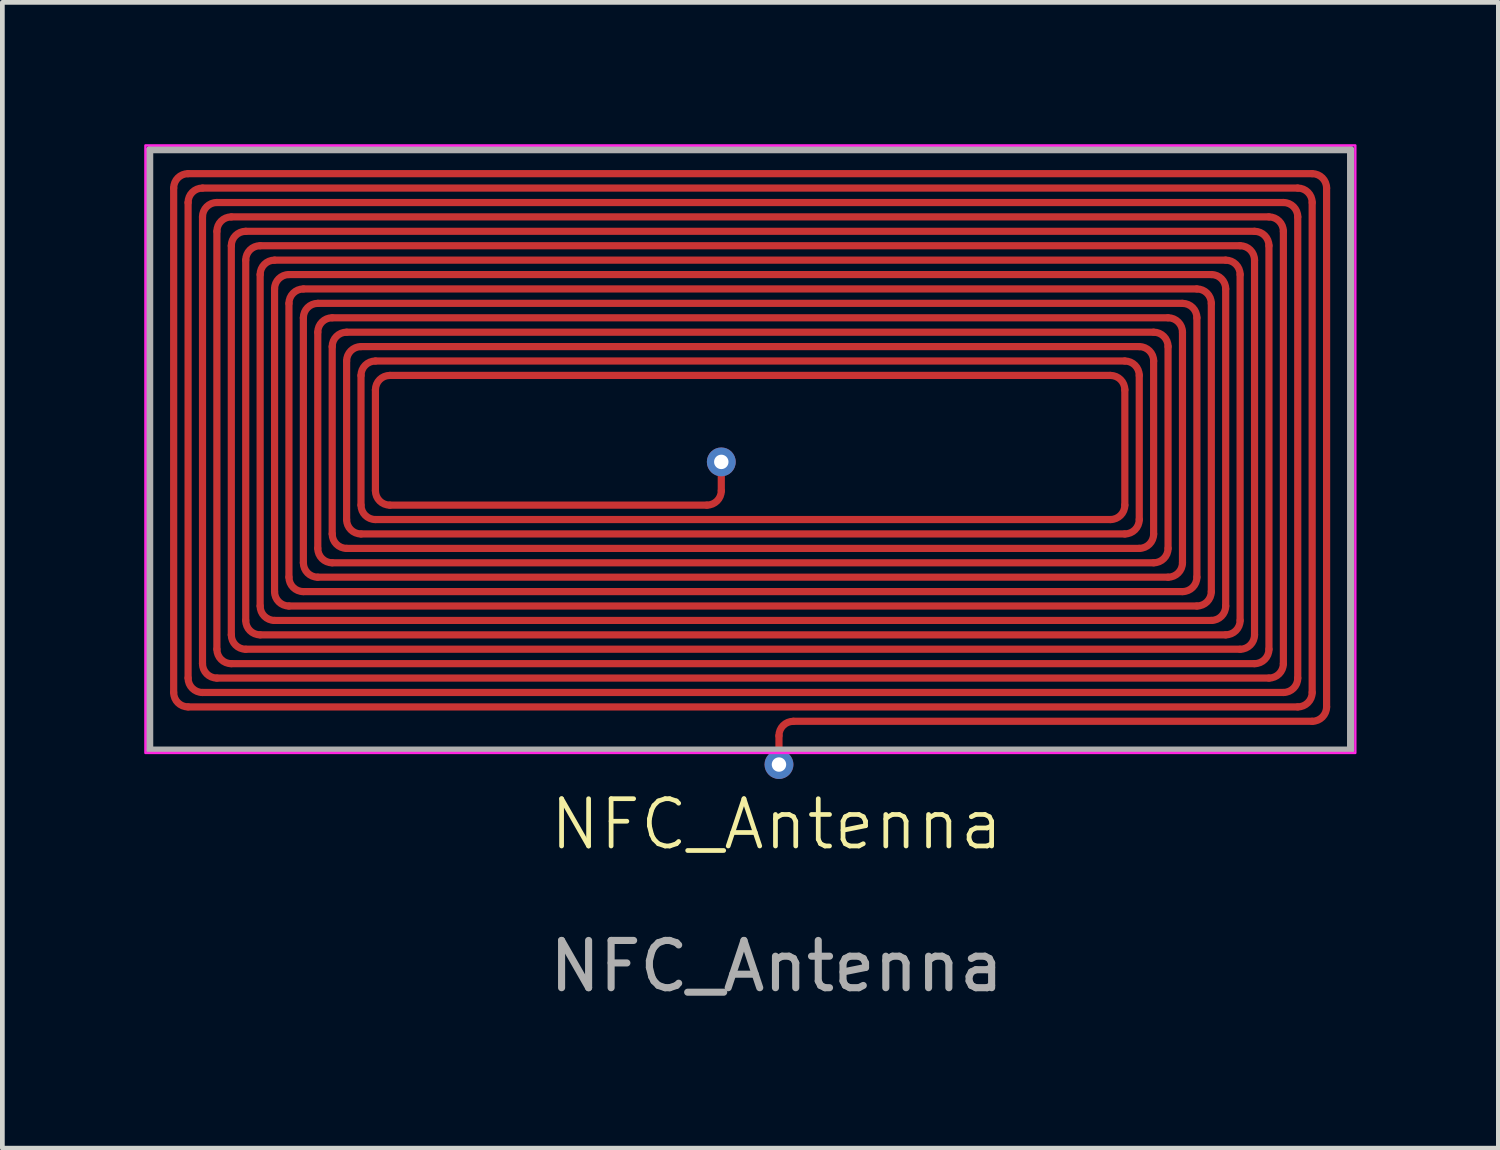
<source format=kicad_pcb>
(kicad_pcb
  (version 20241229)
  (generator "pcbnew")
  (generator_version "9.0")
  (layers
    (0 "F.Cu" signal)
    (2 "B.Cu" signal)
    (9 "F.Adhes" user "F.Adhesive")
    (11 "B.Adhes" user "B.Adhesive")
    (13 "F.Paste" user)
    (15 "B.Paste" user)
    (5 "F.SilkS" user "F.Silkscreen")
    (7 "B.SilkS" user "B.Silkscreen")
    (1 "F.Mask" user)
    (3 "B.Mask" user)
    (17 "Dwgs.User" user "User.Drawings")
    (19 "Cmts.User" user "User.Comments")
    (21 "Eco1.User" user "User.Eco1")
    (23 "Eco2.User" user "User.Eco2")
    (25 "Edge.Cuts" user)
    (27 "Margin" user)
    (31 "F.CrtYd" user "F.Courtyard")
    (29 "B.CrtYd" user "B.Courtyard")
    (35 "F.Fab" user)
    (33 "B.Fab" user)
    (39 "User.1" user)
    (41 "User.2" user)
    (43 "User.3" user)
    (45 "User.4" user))
  (footprint "NFC_Antenna"
    (layer "F.Cu")
    (at 13.375 14.885)
    (property "Reference" "NFC_Antenna" (at 0 -0.5 0) (unlocked yes) (layer "F.SilkS") (effects (font (size 1 1) (thickness 0.1))))
    (fp_line (start -12.752 -3.289) (end -12.752 -13.957) (stroke (width 0.152) (type solid)) (layer "F.Cu"))
    (fp_line (start -12.447 -14.262) (end 11.327 -14.262) (stroke (width 0.152) (type solid)) (layer "F.Cu"))
    (fp_line (start -12.447 -3.594) (end -12.447 -13.652) (stroke (width 0.152) (type solid)) (layer "F.Cu"))
    (fp_line (start -12.142 -13.957) (end 11.022 -13.957) (stroke (width 0.152) (type solid)) (layer "F.Cu"))
    (fp_line (start -12.142 -13.348) (end -12.142 -3.899) (stroke (width 0.152) (type solid)) (layer "F.Cu"))
    (fp_line (start -12.142 -3.289) (end 10.718 -3.289) (stroke (width 0.152) (type solid)) (layer "F.Cu"))
    (fp_line (start -11.838 -13.043) (end -11.838 -4.204) (stroke (width 0.152) (type solid)) (layer "F.Cu"))
    (fp_line (start -11.838 -3.594) (end 10.413 -3.594) (stroke (width 0.152) (type solid)) (layer "F.Cu"))
    (fp_line (start -11.533 -12.738) (end -11.533 -4.508) (stroke (width 0.152) (type solid)) (layer "F.Cu"))
    (fp_line (start -11.533 -3.899) (end 10.108 -3.899) (stroke (width 0.152) (type solid)) (layer "F.Cu"))
    (fp_line (start -11.228 -12.433) (end -11.228 -4.813) (stroke (width 0.152) (type solid)) (layer "F.Cu"))
    (fp_line (start -11.228 -4.204) (end 9.803 -4.204) (stroke (width 0.152) (type solid)) (layer "F.Cu"))
    (fp_line (start -10.923 -12.128) (end -10.923 -5.118) (stroke (width 0.152) (type solid)) (layer "F.Cu"))
    (fp_line (start -10.923 -4.508) (end 9.498 -4.508) (stroke (width 0.152) (type solid)) (layer "F.Cu"))
    (fp_line (start -10.618 -11.824) (end -10.618 -5.423) (stroke (width 0.152) (type solid)) (layer "F.Cu"))
    (fp_line (start -10.618 -4.813) (end 9.194 -4.813) (stroke (width 0.152) (type solid)) (layer "F.Cu"))
    (fp_line (start -10.314 -11.519) (end -10.314 -5.728) (stroke (width 0.152) (type solid)) (layer "F.Cu"))
    (fp_line (start -10.314 -5.118) (end 8.889 -5.118) (stroke (width 0.152) (type solid)) (layer "F.Cu"))
    (fp_line (start -10.009 -11.214) (end -10.009 -6.032) (stroke (width 0.152) (type solid)) (layer "F.Cu"))
    (fp_line (start -10.009 -5.423) (end 8.584 -5.423) (stroke (width 0.152) (type solid)) (layer "F.Cu"))
    (fp_line (start -9.704 -10.909) (end -9.704 -6.337) (stroke (width 0.152) (type solid)) (layer "F.Cu"))
    (fp_line (start -9.704 -5.728) (end 8.279 -5.728) (stroke (width 0.152) (type solid)) (layer "F.Cu"))
    (fp_line (start -9.399 -10.604) (end -9.399 -6.642) (stroke (width 0.152) (type solid)) (layer "F.Cu"))
    (fp_line (start -9.399 -6.032) (end 7.974 -6.032) (stroke (width 0.152) (type solid)) (layer "F.Cu"))
    (fp_line (start -9.094 -10.3) (end -9.094 -6.947) (stroke (width 0.152) (type solid)) (layer "F.Cu"))
    (fp_line (start -9.094 -6.337) (end 7.67 -6.337) (stroke (width 0.152) (type solid)) (layer "F.Cu"))
    (fp_line (start -8.79 -9.995) (end -8.79 -7.252) (stroke (width 0.152) (type solid)) (layer "F.Cu"))
    (fp_line (start -8.79 -6.642) (end 7.365 -6.642) (stroke (width 0.152) (type solid)) (layer "F.Cu"))
    (fp_line (start -8.485 -9.69) (end -8.485 -7.556) (stroke (width 0.152) (type solid)) (layer "F.Cu"))
    (fp_line (start -8.485 -6.947) (end 7.06 -6.947) (stroke (width 0.152) (type solid)) (layer "F.Cu"))
    (fp_line (start -8.18 -7.252) (end -1.474 -7.252) (stroke (width 0.152) (type solid)) (layer "F.Cu"))
    (fp_line (start -1.17 -7.556) (end -1.17 -8.166) (stroke (width 0.152) (type solid)) (layer "F.Cu"))
    (fp_line (start 0.05 -1.765) (end 0.05 -2.375) (stroke (width 0.152) (type solid)) (layer "F.Cu"))
    (fp_line (start 7.06 -9.995) (end -8.18 -9.995) (stroke (width 0.152) (type solid)) (layer "F.Cu"))
    (fp_line (start 7.365 -10.3) (end -8.485 -10.3) (stroke (width 0.152) (type solid)) (layer "F.Cu"))
    (fp_line (start 7.365 -7.252) (end 7.365 -9.69) (stroke (width 0.152) (type solid)) (layer "F.Cu"))
    (fp_line (start 7.67 -10.604) (end -8.79 -10.604) (stroke (width 0.152) (type solid)) (layer "F.Cu"))
    (fp_line (start 7.67 -6.947) (end 7.67 -9.995) (stroke (width 0.152) (type solid)) (layer "F.Cu"))
    (fp_line (start 7.974 -10.909) (end -9.094 -10.909) (stroke (width 0.152) (type solid)) (layer "F.Cu"))
    (fp_line (start 7.974 -6.642) (end 7.974 -10.3) (stroke (width 0.152) (type solid)) (layer "F.Cu"))
    (fp_line (start 8.279 -11.214) (end -9.399 -11.214) (stroke (width 0.152) (type solid)) (layer "F.Cu"))
    (fp_line (start 8.279 -6.337) (end 8.279 -10.604) (stroke (width 0.152) (type solid)) (layer "F.Cu"))
    (fp_line (start 8.584 -11.519) (end -9.704 -11.519) (stroke (width 0.152) (type solid)) (layer "F.Cu"))
    (fp_line (start 8.584 -6.032) (end 8.584 -10.909) (stroke (width 0.152) (type solid)) (layer "F.Cu"))
    (fp_line (start 8.889 -11.824) (end -10.009 -11.824) (stroke (width 0.152) (type solid)) (layer "F.Cu"))
    (fp_line (start 8.889 -5.728) (end 8.889 -11.214) (stroke (width 0.152) (type solid)) (layer "F.Cu"))
    (fp_line (start 9.194 -12.128) (end -10.314 -12.128) (stroke (width 0.152) (type solid)) (layer "F.Cu"))
    (fp_line (start 9.194 -5.423) (end 9.194 -11.519) (stroke (width 0.152) (type solid)) (layer "F.Cu"))
    (fp_line (start 9.498 -12.433) (end -10.618 -12.433) (stroke (width 0.152) (type solid)) (layer "F.Cu"))
    (fp_line (start 9.498 -5.118) (end 9.498 -11.824) (stroke (width 0.152) (type solid)) (layer "F.Cu"))
    (fp_line (start 9.803 -12.738) (end -10.923 -12.738) (stroke (width 0.152) (type solid)) (layer "F.Cu"))
    (fp_line (start 9.803 -4.813) (end 9.803 -12.128) (stroke (width 0.152) (type solid)) (layer "F.Cu"))
    (fp_line (start 10.108 -13.043) (end -11.228 -13.043) (stroke (width 0.152) (type solid)) (layer "F.Cu"))
    (fp_line (start 10.108 -4.508) (end 10.108 -12.433) (stroke (width 0.152) (type solid)) (layer "F.Cu"))
    (fp_line (start 10.413 -13.348) (end -11.533 -13.348) (stroke (width 0.152) (type solid)) (layer "F.Cu"))
    (fp_line (start 10.413 -4.204) (end 10.413 -12.738) (stroke (width 0.152) (type solid)) (layer "F.Cu"))
    (fp_line (start 10.718 -13.652) (end -11.838 -13.652) (stroke (width 0.152) (type solid)) (layer "F.Cu"))
    (fp_line (start 10.718 -3.899) (end 10.718 -13.043) (stroke (width 0.152) (type solid)) (layer "F.Cu"))
    (fp_line (start 11.022 -3.594) (end 11.022 -13.348) (stroke (width 0.152) (type solid)) (layer "F.Cu"))
    (fp_line (start 11.022 -2.984) (end -12.447 -2.984) (stroke (width 0.152) (type solid)) (layer "F.Cu"))
    (fp_line (start 11.327 -13.652) (end 11.327 -3.289) (stroke (width 0.152) (type solid)) (layer "F.Cu"))
    (fp_line (start 11.327 -2.68) (end 0.354 -2.68) (stroke (width 0.152) (type solid)) (layer "F.Cu"))
    (fp_line (start 11.632 -13.957) (end 11.632 -2.984) (stroke (width 0.152) (type solid)) (layer "F.Cu"))
    (fp_arc (start -12.752 -13.9572) (mid -12.662726 -14.172726) (end -12.4472 -14.262) (stroke (width 0.1524) (type solid)) (layer "F.Cu"))
    (fp_arc (start -12.4472 -13.6524) (mid -12.357926 -13.867926) (end -12.1424 -13.9572) (stroke (width 0.1524) (type solid)) (layer "F.Cu"))
    (fp_arc (start -12.4472 -2.9844) (mid -12.662726 -3.073674) (end -12.752 -3.2892) (stroke (width 0.1524) (type solid)) (layer "F.Cu"))
    (fp_arc (start -12.1424 -13.3476) (mid -12.053126 -13.563126) (end -11.8376 -13.6524) (stroke (width 0.1524) (type solid)) (layer "F.Cu"))
    (fp_arc (start -12.1424 -3.2892) (mid -12.357926 -3.378474) (end -12.4472 -3.594) (stroke (width 0.1524) (type solid)) (layer "F.Cu"))
    (fp_arc (start -11.8376 -13.0428) (mid -11.748326 -13.258326) (end -11.5328 -13.3476) (stroke (width 0.1524) (type solid)) (layer "F.Cu"))
    (fp_arc (start -11.8376 -3.594) (mid -12.053126 -3.683274) (end -12.1424 -3.8988) (stroke (width 0.1524) (type solid)) (layer "F.Cu"))
    (fp_arc (start -11.5328 -12.738) (mid -11.443526 -12.953526) (end -11.228 -13.0428) (stroke (width 0.1524) (type solid)) (layer "F.Cu"))
    (fp_arc (start -11.5328 -3.8988) (mid -11.748326 -3.988074) (end -11.8376 -4.2036) (stroke (width 0.1524) (type solid)) (layer "F.Cu"))
    (fp_arc (start -11.228 -12.4332) (mid -11.138726 -12.648726) (end -10.9232 -12.738) (stroke (width 0.1524) (type solid)) (layer "F.Cu"))
    (fp_arc (start -11.228 -4.2036) (mid -11.443526 -4.292874) (end -11.5328 -4.5084) (stroke (width 0.1524) (type solid)) (layer "F.Cu"))
    (fp_arc (start -10.9232 -12.1284) (mid -10.833926 -12.343926) (end -10.6184 -12.4332) (stroke (width 0.1524) (type solid)) (layer "F.Cu"))
    (fp_arc (start -10.9232 -4.5084) (mid -11.138726 -4.597674) (end -11.228 -4.8132) (stroke (width 0.1524) (type solid)) (layer "F.Cu"))
    (fp_arc (start -10.6184 -11.8236) (mid -10.529126 -12.039126) (end -10.3136 -12.1284) (stroke (width 0.1524) (type solid)) (layer "F.Cu"))
    (fp_arc (start -10.6184 -4.8132) (mid -10.833926 -4.902474) (end -10.9232 -5.118) (stroke (width 0.1524) (type solid)) (layer "F.Cu"))
    (fp_arc (start -10.3136 -11.5188) (mid -10.224326 -11.734326) (end -10.0088 -11.8236) (stroke (width 0.1524) (type solid)) (layer "F.Cu"))
    (fp_arc (start -10.3136 -5.118) (mid -10.529126 -5.207274) (end -10.6184 -5.4228) (stroke (width 0.1524) (type solid)) (layer "F.Cu"))
    (fp_arc (start -10.0088 -11.214) (mid -9.919526 -11.429526) (end -9.704 -11.5188) (stroke (width 0.1524) (type solid)) (layer "F.Cu"))
    (fp_arc (start -10.0088 -5.4228) (mid -10.224326 -5.512074) (end -10.3136 -5.7276) (stroke (width 0.1524) (type solid)) (layer "F.Cu"))
    (fp_arc (start -9.704 -10.9092) (mid -9.614726 -11.124726) (end -9.3992 -11.214) (stroke (width 0.1524) (type solid)) (layer "F.Cu"))
    (fp_arc (start -9.704 -5.7276) (mid -9.919526 -5.816874) (end -10.0088 -6.0324) (stroke (width 0.1524) (type solid)) (layer "F.Cu"))
    (fp_arc (start -9.3992 -10.6044) (mid -9.309926 -10.819926) (end -9.0944 -10.9092) (stroke (width 0.1524) (type solid)) (layer "F.Cu"))
    (fp_arc (start -9.3992 -6.0324) (mid -9.614726 -6.121674) (end -9.704 -6.3372) (stroke (width 0.1524) (type solid)) (layer "F.Cu"))
    (fp_arc (start -9.0944 -10.2996) (mid -9.005126 -10.515126) (end -8.7896 -10.6044) (stroke (width 0.1524) (type solid)) (layer "F.Cu"))
    (fp_arc (start -9.0944 -6.3372) (mid -9.309926 -6.426474) (end -9.3992 -6.642) (stroke (width 0.1524) (type solid)) (layer "F.Cu"))
    (fp_arc (start -8.7896 -9.9948) (mid -8.700326 -10.210326) (end -8.4848 -10.2996) (stroke (width 0.1524) (type solid)) (layer "F.Cu"))
    (fp_arc (start -8.7896 -6.642) (mid -9.005126 -6.731274) (end -9.0944 -6.9468) (stroke (width 0.1524) (type solid)) (layer "F.Cu"))
    (fp_arc (start -8.4848 -9.69) (mid -8.395526 -9.905526) (end -8.18 -9.9948) (stroke (width 0.1524) (type solid)) (layer "F.Cu"))
    (fp_arc (start -8.4848 -6.9468) (mid -8.700326 -7.036074) (end -8.7896 -7.2516) (stroke (width 0.1524) (type solid)) (layer "F.Cu"))
    (fp_arc (start -8.18 -7.2516) (mid -8.395526 -7.340874) (end -8.4848 -7.5564) (stroke (width 0.1524) (type solid)) (layer "F.Cu"))
    (fp_arc (start -1.1696 -7.5564) (mid -1.258874 -7.340874) (end -1.4744 -7.2516) (stroke (width 0.1524) (type solid)) (layer "F.Cu"))
    (fp_arc (start 0.0496 -2.3748) (mid 0.138874 -2.590326) (end 0.3544 -2.6796) (stroke (width 0.1524) (type solid)) (layer "F.Cu"))
    (fp_arc (start 7.06 -9.9948) (mid 7.275526 -9.905526) (end 7.3648 -9.69) (stroke (width 0.1524) (type solid)) (layer "F.Cu"))
    (fp_arc (start 7.3648 -10.2996) (mid 7.580326 -10.210326) (end 7.6696 -9.9948) (stroke (width 0.1524) (type solid)) (layer "F.Cu"))
    (fp_arc (start 7.3648 -7.2516) (mid 7.275526 -7.036074) (end 7.06 -6.9468) (stroke (width 0.1524) (type solid)) (layer "F.Cu"))
    (fp_arc (start 7.6696 -10.6044) (mid 7.885126 -10.515126) (end 7.9744 -10.2996) (stroke (width 0.1524) (type solid)) (layer "F.Cu"))
    (fp_arc (start 7.6696 -6.9468) (mid 7.580326 -6.731274) (end 7.3648 -6.642) (stroke (width 0.1524) (type solid)) (layer "F.Cu"))
    (fp_arc (start 7.9744 -10.9092) (mid 8.189926 -10.819926) (end 8.2792 -10.6044) (stroke (width 0.1524) (type solid)) (layer "F.Cu"))
    (fp_arc (start 7.9744 -6.642) (mid 7.885126 -6.426474) (end 7.6696 -6.3372) (stroke (width 0.1524) (type solid)) (layer "F.Cu"))
    (fp_arc (start 8.2792 -11.214) (mid 8.494726 -11.124726) (end 8.584 -10.9092) (stroke (width 0.1524) (type solid)) (layer "F.Cu"))
    (fp_arc (start 8.2792 -6.3372) (mid 8.189926 -6.121674) (end 7.9744 -6.0324) (stroke (width 0.1524) (type solid)) (layer "F.Cu"))
    (fp_arc (start 8.584 -11.5188) (mid 8.799526 -11.429526) (end 8.8888 -11.214) (stroke (width 0.1524) (type solid)) (layer "F.Cu"))
    (fp_arc (start 8.584 -6.0324) (mid 8.494726 -5.816874) (end 8.2792 -5.7276) (stroke (width 0.1524) (type solid)) (layer "F.Cu"))
    (fp_arc (start 8.8888 -11.8236) (mid 9.104326 -11.734326) (end 9.1936 -11.5188) (stroke (width 0.1524) (type solid)) (layer "F.Cu"))
    (fp_arc (start 8.8888 -5.7276) (mid 8.799526 -5.512074) (end 8.584 -5.4228) (stroke (width 0.1524) (type solid)) (layer "F.Cu"))
    (fp_arc (start 9.1936 -12.1284) (mid 9.409126 -12.039126) (end 9.4984 -11.8236) (stroke (width 0.1524) (type solid)) (layer "F.Cu"))
    (fp_arc (start 9.1936 -5.4228) (mid 9.104326 -5.207274) (end 8.8888 -5.118) (stroke (width 0.1524) (type solid)) (layer "F.Cu"))
    (fp_arc (start 9.4984 -12.4332) (mid 9.713926 -12.343926) (end 9.8032 -12.1284) (stroke (width 0.1524) (type solid)) (layer "F.Cu"))
    (fp_arc (start 9.4984 -5.118) (mid 9.409126 -4.902474) (end 9.1936 -4.8132) (stroke (width 0.1524) (type solid)) (layer "F.Cu"))
    (fp_arc (start 9.8032 -12.738) (mid 10.018726 -12.648726) (end 10.108 -12.4332) (stroke (width 0.1524) (type solid)) (layer "F.Cu"))
    (fp_arc (start 9.8032 -4.8132) (mid 9.713926 -4.597674) (end 9.4984 -4.5084) (stroke (width 0.1524) (type solid)) (layer "F.Cu"))
    (fp_arc (start 10.108 -13.0428) (mid 10.323526 -12.953526) (end 10.4128 -12.738) (stroke (width 0.1524) (type solid)) (layer "F.Cu"))
    (fp_arc (start 10.108 -4.5084) (mid 10.018726 -4.292874) (end 9.8032 -4.2036) (stroke (width 0.1524) (type solid)) (layer "F.Cu"))
    (fp_arc (start 10.4128 -13.3476) (mid 10.628326 -13.258326) (end 10.7176 -13.0428) (stroke (width 0.1524) (type solid)) (layer "F.Cu"))
    (fp_arc (start 10.4128 -4.2036) (mid 10.323526 -3.988074) (end 10.108 -3.8988) (stroke (width 0.1524) (type solid)) (layer "F.Cu"))
    (fp_arc (start 10.7176 -13.6524) (mid 10.933126 -13.563126) (end 11.0224 -13.3476) (stroke (width 0.1524) (type solid)) (layer "F.Cu"))
    (fp_arc (start 10.7176 -3.8988) (mid 10.628326 -3.683274) (end 10.4128 -3.594) (stroke (width 0.1524) (type solid)) (layer "F.Cu"))
    (fp_arc (start 11.0224 -13.9572) (mid 11.237926 -13.867926) (end 11.3272 -13.6524) (stroke (width 0.1524) (type solid)) (layer "F.Cu"))
    (fp_arc (start 11.0224 -3.594) (mid 10.933126 -3.378474) (end 10.7176 -3.2892) (stroke (width 0.1524) (type solid)) (layer "F.Cu"))
    (fp_arc (start 11.3272 -14.262) (mid 11.542726 -14.172726) (end 11.632 -13.9572) (stroke (width 0.1524) (type solid)) (layer "F.Cu"))
    (fp_arc (start 11.3272 -3.2892) (mid 11.237926 -3.073674) (end 11.0224 -2.9844) (stroke (width 0.1524) (type solid)) (layer "F.Cu"))
    (fp_arc (start 11.632 -2.9844) (mid 11.542726 -2.768874) (end 11.3272 -2.6796) (stroke (width 0.1524) (type solid)) (layer "F.Cu"))
    (fp_rect (start -13.35 -14.86) (end 12.24 -2.01) (stroke (width 0.05) (type default)) (fill no) (layer "F.CrtYd"))
    (fp_line (start -13.26 -14.77) (end -13.26 -2.07) (stroke (width 0.152) (type solid)) (layer "F.Fab"))
    (fp_line (start -13.26 -2.07) (end 12.14 -2.07) (stroke (width 0.152) (type solid)) (layer "F.Fab"))
    (fp_line (start 12.14 -14.77) (end -13.26 -14.77) (stroke (width 0.152) (type solid)) (layer "F.Fab"))
    (fp_line (start 12.14 -2.07) (end 12.14 -14.77) (stroke (width 0.152) (type solid)) (layer "F.Fab"))
    (fp_text user "${REFERENCE}" (at 0 2.5 0) (unlocked yes) (layer "F.Fab") (effects (font (size 1 1) (thickness 0.15))))
    (pad "1" thru_hole circle (at -1.17 -8.166) (size 0.61 0.61) (drill 0.305) (layers "*.Cu"))
    (pad "2" thru_hole circle (at 0.05 -1.765) (size 0.61 0.61) (drill 0.305) (layers "*.Cu")))
  (gr_rect
    (start -3 -3)
    (end 28.64 21.233)
    (stroke (width 0.1) (type default))
    (fill no)
    (layer "Edge.Cuts")))
</source>
